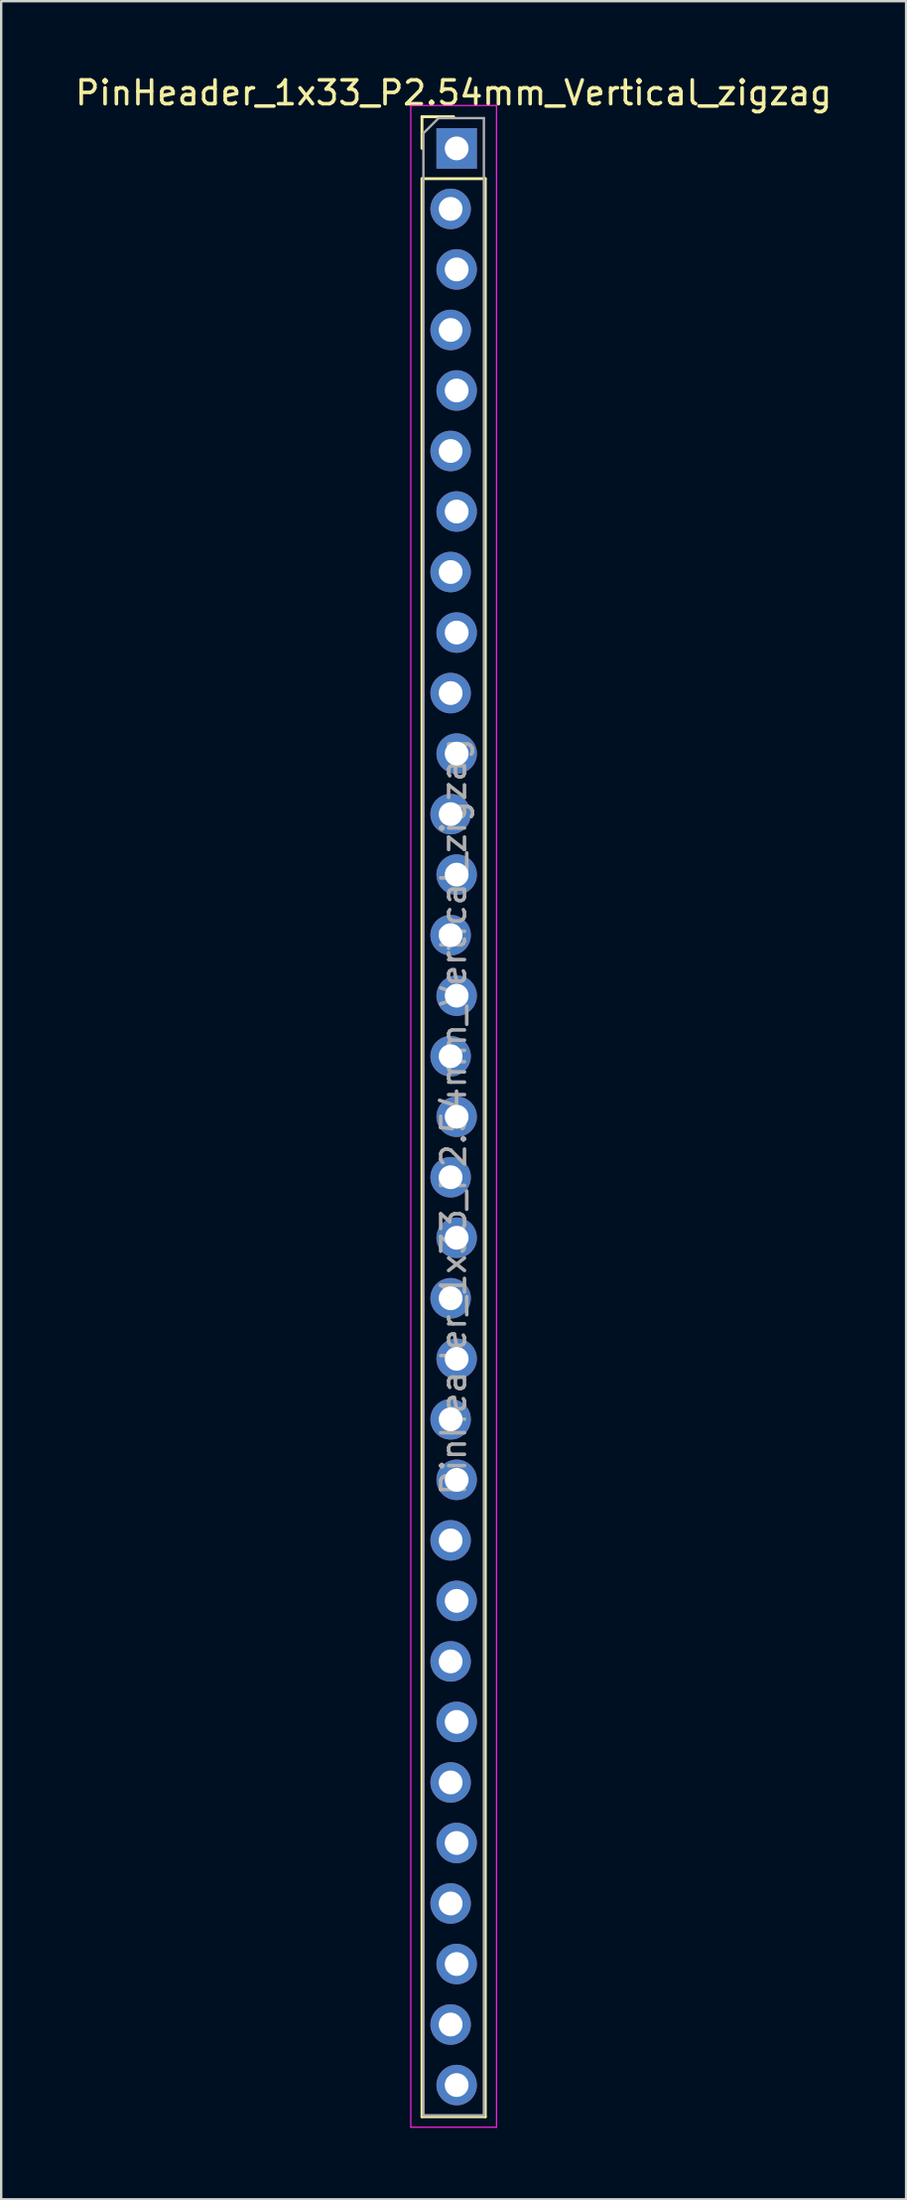
<source format=kicad_pcb>
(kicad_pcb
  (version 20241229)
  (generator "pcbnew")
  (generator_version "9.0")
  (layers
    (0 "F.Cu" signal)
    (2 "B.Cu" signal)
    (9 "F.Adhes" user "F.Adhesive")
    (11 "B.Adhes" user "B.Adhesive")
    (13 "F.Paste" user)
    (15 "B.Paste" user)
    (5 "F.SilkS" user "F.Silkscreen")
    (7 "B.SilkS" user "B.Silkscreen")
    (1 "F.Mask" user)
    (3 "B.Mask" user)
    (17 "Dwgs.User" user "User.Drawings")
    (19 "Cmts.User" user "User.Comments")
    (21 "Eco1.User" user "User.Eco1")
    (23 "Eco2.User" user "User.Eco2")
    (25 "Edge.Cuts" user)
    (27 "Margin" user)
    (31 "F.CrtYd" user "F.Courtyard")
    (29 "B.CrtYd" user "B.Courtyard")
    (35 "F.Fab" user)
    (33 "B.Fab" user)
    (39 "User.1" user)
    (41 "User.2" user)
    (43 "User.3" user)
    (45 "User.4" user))
  (footprint "PinHeader_1x33_P2.54mm_Vertical_zigzag"
    (layer "F.Cu")
    (at 16.006 3.178)
    (property "Reference" "PinHeader_1x33_P2.54mm_Vertical_zigzag" (at 0 -2.33 0) (layer "F.SilkS") (effects (font (size 1 1) (thickness 0.15))))
    (attr through_hole)
    (fp_line (start -1.33 -1.33) (end 0 -1.33) (stroke (width 0.12) (type solid)) (layer "F.SilkS"))
    (fp_line (start -1.33 0) (end -1.33 -1.33) (stroke (width 0.12) (type solid)) (layer "F.SilkS"))
    (fp_line (start -1.33 1.27) (end -1.33 82.61) (stroke (width 0.12) (type solid)) (layer "F.SilkS"))
    (fp_line (start -1.33 1.27) (end 1.33 1.27) (stroke (width 0.12) (type solid)) (layer "F.SilkS"))
    (fp_line (start -1.33 82.61) (end 1.33 82.61) (stroke (width 0.12) (type solid)) (layer "F.SilkS"))
    (fp_line (start 1.33 1.27) (end 1.33 82.61) (stroke (width 0.12) (type solid)) (layer "F.SilkS"))
    (fp_line (start -1.8 -1.8) (end -1.8 83.05) (stroke (width 0.05) (type solid)) (layer "F.CrtYd"))
    (fp_line (start -1.8 83.05) (end 1.8 83.05) (stroke (width 0.05) (type solid)) (layer "F.CrtYd"))
    (fp_line (start 1.8 -1.8) (end -1.8 -1.8) (stroke (width 0.05) (type solid)) (layer "F.CrtYd"))
    (fp_line (start 1.8 83.05) (end 1.8 -1.8) (stroke (width 0.05) (type solid)) (layer "F.CrtYd"))
    (fp_line (start -1.27 -0.635) (end -0.635 -1.27) (stroke (width 0.1) (type solid)) (layer "F.Fab"))
    (fp_line (start -1.27 82.55) (end -1.27 -0.635) (stroke (width 0.1) (type solid)) (layer "F.Fab"))
    (fp_line (start -0.635 -1.27) (end 1.27 -1.27) (stroke (width 0.1) (type solid)) (layer "F.Fab"))
    (fp_line (start 1.27 -1.27) (end 1.27 82.55) (stroke (width 0.1) (type solid)) (layer "F.Fab"))
    (fp_line (start 1.27 82.55) (end -1.27 82.55) (stroke (width 0.1) (type solid)) (layer "F.Fab"))
    (fp_text user "${REFERENCE}" (at 0 40.64 90) (layer "F.Fab") (effects (font (size 1 1) (thickness 0.15))))
    (pad "1" thru_hole rect (at 0.127 0) (size 1.7 1.7) (drill 1) (layers "*.Cu" "*.Mask"))
    (pad "2" thru_hole oval (at -0.127 2.54) (size 1.7 1.7) (drill 1) (layers "*.Cu" "*.Mask"))
    (pad "3" thru_hole oval (at 0.127 5.08) (size 1.7 1.7) (drill 1) (layers "*.Cu" "*.Mask"))
    (pad "4" thru_hole oval (at -0.127 7.62) (size 1.7 1.7) (drill 1) (layers "*.Cu" "*.Mask"))
    (pad "5" thru_hole oval (at 0.127 10.16) (size 1.7 1.7) (drill 1) (layers "*.Cu" "*.Mask"))
    (pad "6" thru_hole oval (at -0.127 12.7) (size 1.7 1.7) (drill 1) (layers "*.Cu" "*.Mask"))
    (pad "7" thru_hole oval (at 0.127 15.24) (size 1.7 1.7) (drill 1) (layers "*.Cu" "*.Mask"))
    (pad "8" thru_hole oval (at -0.127 17.78) (size 1.7 1.7) (drill 1) (layers "*.Cu" "*.Mask"))
    (pad "9" thru_hole oval (at 0.127 20.32) (size 1.7 1.7) (drill 1) (layers "*.Cu" "*.Mask"))
    (pad "10" thru_hole oval (at -0.127 22.86) (size 1.7 1.7) (drill 1) (layers "*.Cu" "*.Mask"))
    (pad "11" thru_hole oval (at 0.127 25.4) (size 1.7 1.7) (drill 1) (layers "*.Cu" "*.Mask"))
    (pad "12" thru_hole oval (at -0.127 27.94) (size 1.7 1.7) (drill 1) (layers "*.Cu" "*.Mask"))
    (pad "13" thru_hole oval (at 0.127 30.48) (size 1.7 1.7) (drill 1) (layers "*.Cu" "*.Mask"))
    (pad "14" thru_hole oval (at -0.127 33.02) (size 1.7 1.7) (drill 1) (layers "*.Cu" "*.Mask"))
    (pad "15" thru_hole oval (at 0.127 35.56) (size 1.7 1.7) (drill 1) (layers "*.Cu" "*.Mask"))
    (pad "16" thru_hole oval (at -0.127 38.1) (size 1.7 1.7) (drill 1) (layers "*.Cu" "*.Mask"))
    (pad "17" thru_hole oval (at 0.127 40.64) (size 1.7 1.7) (drill 1) (layers "*.Cu" "*.Mask"))
    (pad "18" thru_hole oval (at -0.127 43.18) (size 1.7 1.7) (drill 1) (layers "*.Cu" "*.Mask"))
    (pad "19" thru_hole oval (at 0.127 45.72) (size 1.7 1.7) (drill 1) (layers "*.Cu" "*.Mask"))
    (pad "20" thru_hole oval (at -0.127 48.26) (size 1.7 1.7) (drill 1) (layers "*.Cu" "*.Mask"))
    (pad "21" thru_hole oval (at 0.127 50.8) (size 1.7 1.7) (drill 1) (layers "*.Cu" "*.Mask"))
    (pad "22" thru_hole oval (at -0.127 53.34) (size 1.7 1.7) (drill 1) (layers "*.Cu" "*.Mask"))
    (pad "23" thru_hole oval (at 0.127 55.88) (size 1.7 1.7) (drill 1) (layers "*.Cu" "*.Mask"))
    (pad "24" thru_hole oval (at -0.127 58.42) (size 1.7 1.7) (drill 1) (layers "*.Cu" "*.Mask"))
    (pad "25" thru_hole oval (at 0.127 60.96) (size 1.7 1.7) (drill 1) (layers "*.Cu" "*.Mask"))
    (pad "26" thru_hole oval (at -0.127 63.5) (size 1.7 1.7) (drill 1) (layers "*.Cu" "*.Mask"))
    (pad "27" thru_hole oval (at 0.127 66.04) (size 1.7 1.7) (drill 1) (layers "*.Cu" "*.Mask"))
    (pad "28" thru_hole oval (at -0.127 68.58) (size 1.7 1.7) (drill 1) (layers "*.Cu" "*.Mask"))
    (pad "29" thru_hole oval (at 0.127 71.12) (size 1.7 1.7) (drill 1) (layers "*.Cu" "*.Mask"))
    (pad "30" thru_hole oval (at -0.127 73.66) (size 1.7 1.7) (drill 1) (layers "*.Cu" "*.Mask"))
    (pad "31" thru_hole oval (at 0.127 76.2) (size 1.7 1.7) (drill 1) (layers "*.Cu" "*.Mask"))
    (pad "32" thru_hole oval (at -0.127 78.74) (size 1.7 1.7) (drill 1) (layers "*.Cu" "*.Mask"))
    (pad "33" thru_hole oval (at 0.127 81.28) (size 1.7 1.7) (drill 1) (layers "*.Cu" "*.Mask")))
  (gr_rect
    (start -3 -3)
    (end 35.012 89.253)
    (stroke (width 0.1) (type default))
    (fill no)
    (layer "Edge.Cuts")))
</source>
